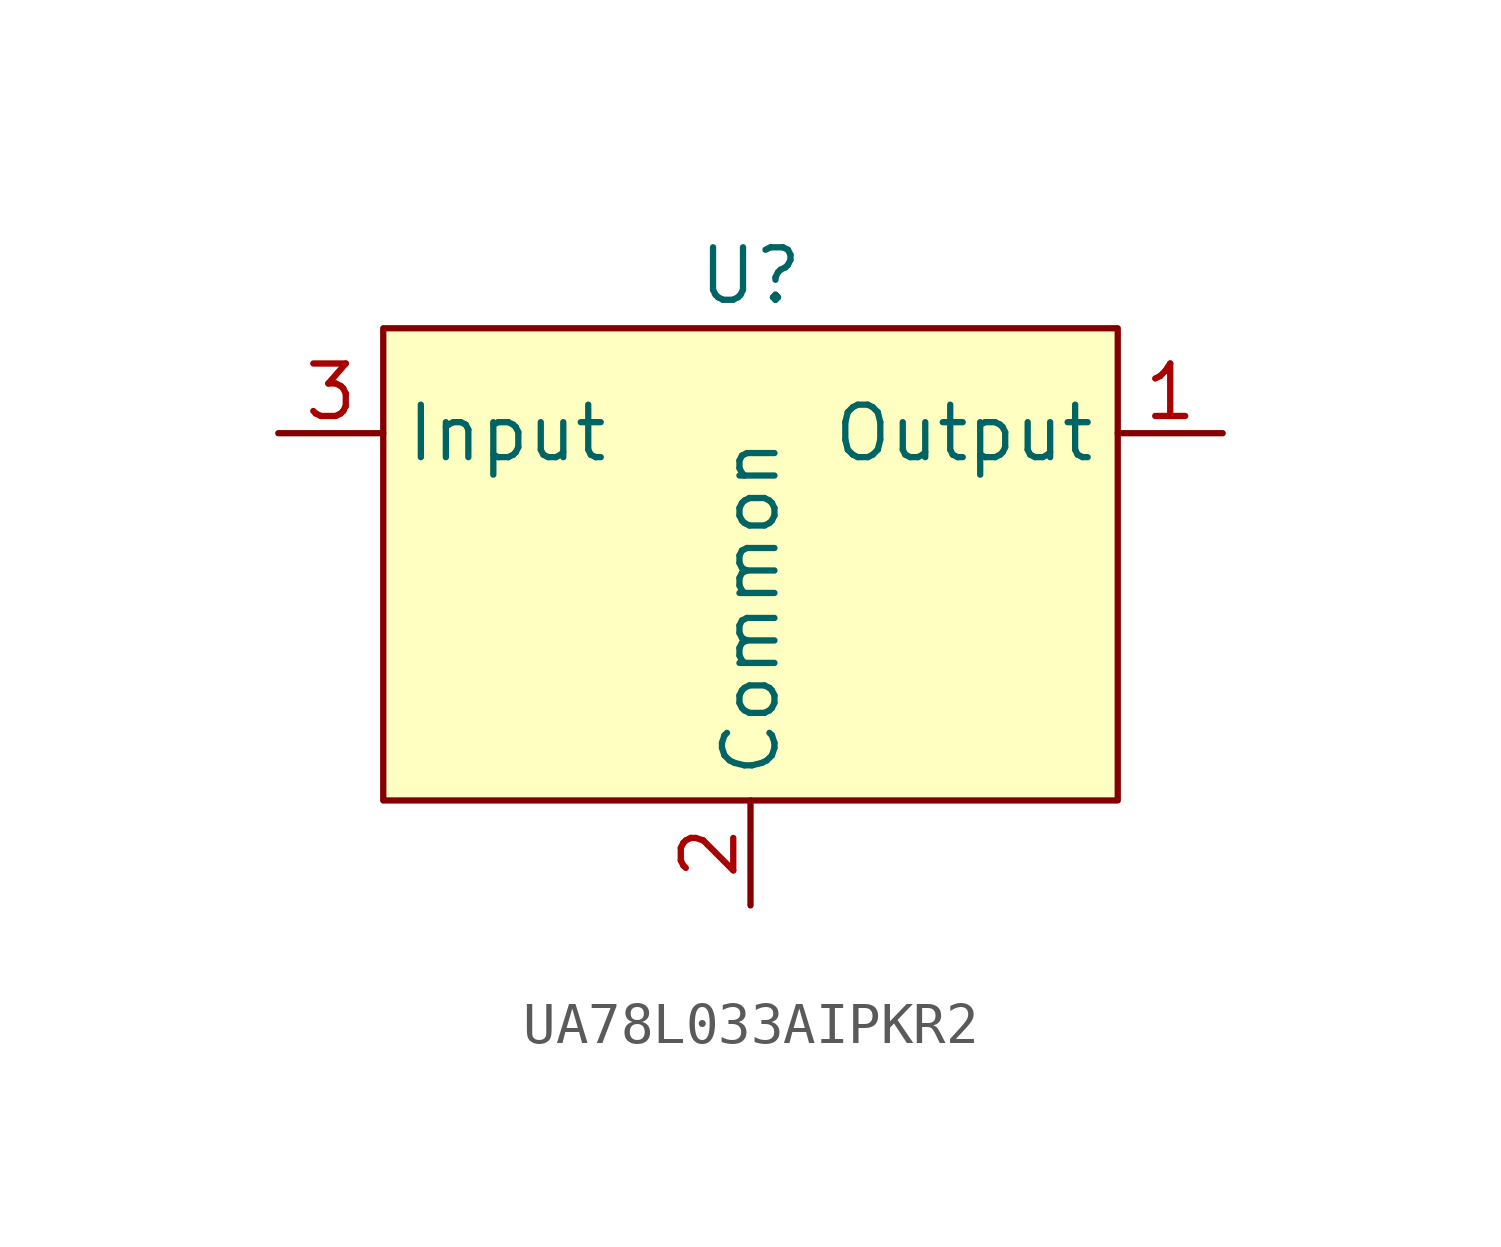
<source format=kicad_sym>
(kicad_symbol_lib
  (version 20231120)
  (generator "kicad_symbol_editor")
  (generator_version "8.0")
  (symbol "UA78L033AIPKR2"
    (property "Reference" "U"
      (at 0 3.81 0)
      (effects (font (size 1.27 1.27))))
    (property "Value" ""
      (at 0 0 0)
      (effects (font (size 1.27 1.27))))
    (symbol "UA78L033AIPKR2_1_1"
      (rectangle (start -8.89 2.54) (end 8.89 -8.89) (stroke (width 0) (type default)) (fill (type background)))
      (pin output line (at 11.43 0 180) (length 2.54) (name "Output" (effects (font (size 1.27 1.27)))) (number "1" (effects (font (size 1.27 1.27)))))
      (pin passive line (at 0 -11.43 90) (length 2.54) (name "Common" (effects (font (size 1.27 1.27)))) (number "2" (effects (font (size 1.27 1.27)))))
      (pin input line (at -11.43 0 0) (length 2.54) (name "Input" (effects (font (size 1.27 1.27)))) (number "3" (effects (font (size 1.27 1.27))))))))
</source>
